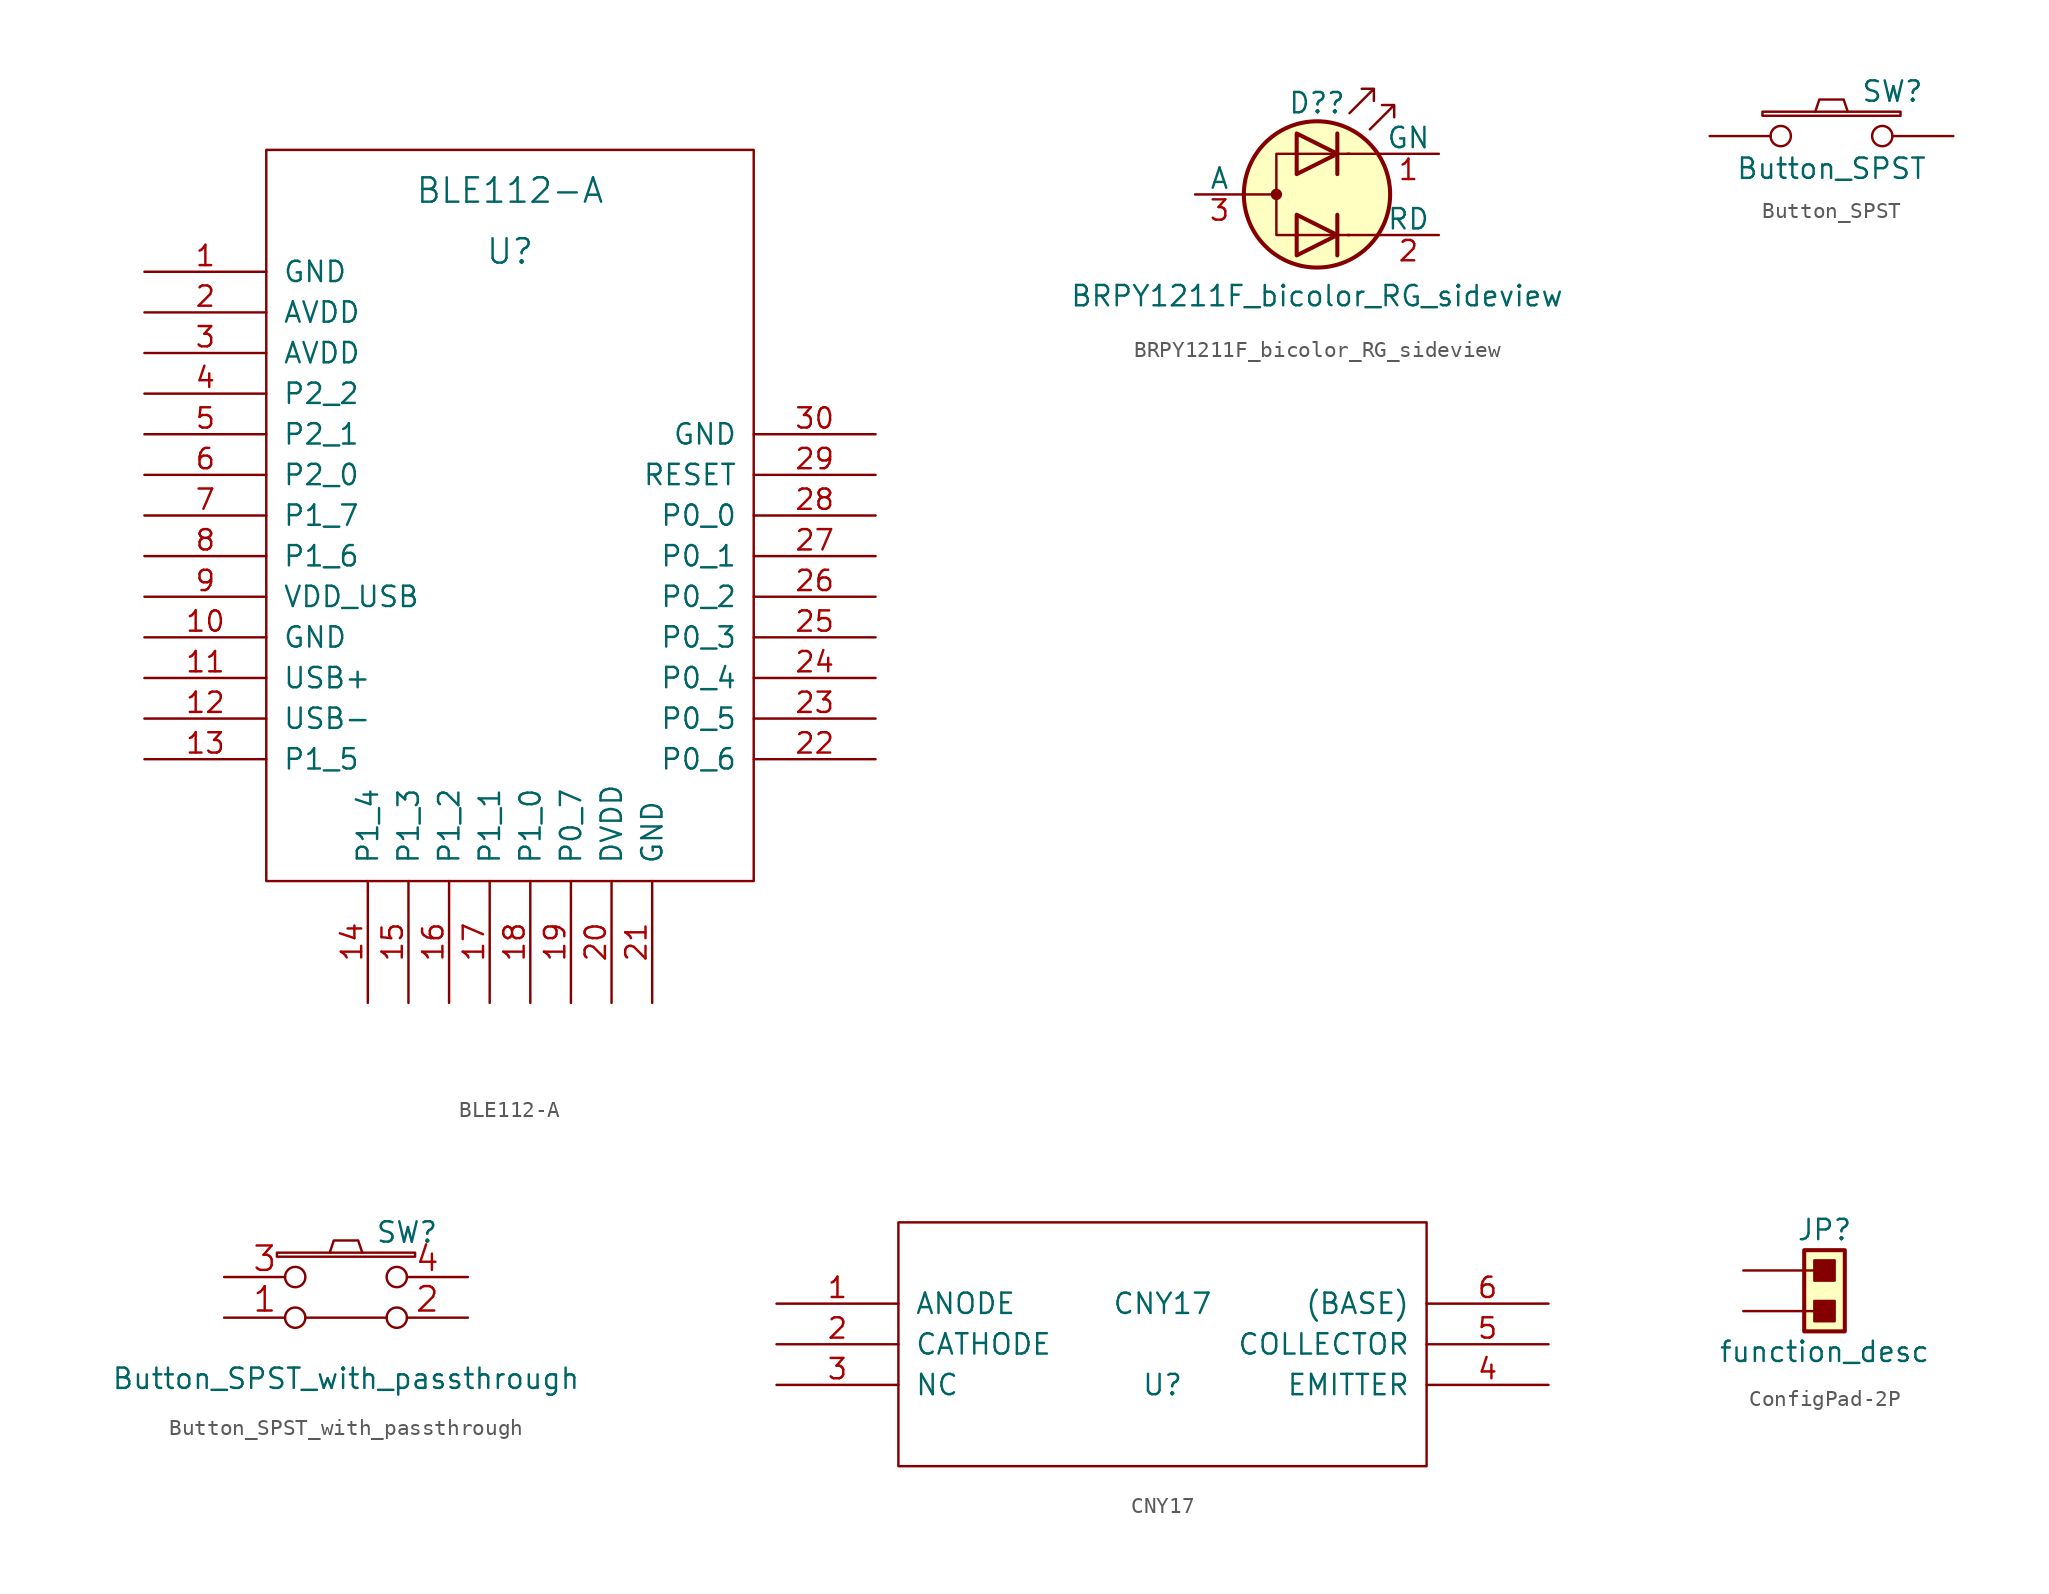
<source format=kicad_sym>
(kicad_symbol_lib
  (version 20220914)
  (generator kicad_symbol_editor)
  (symbol "BLE112-A"
    (pin_names
      (offset 1.016))
    (property "Reference" "U"
      (at 0 17.78 0)
      (effects (font (size 1.524 1.524))))
    (property "Value" "BLE112-A"
      (at 0 21.59 0)
      (effects (font (size 1.524 1.524))))
    (symbol "BLE112-A_0_1"
      (rectangle (start -15.24 -21.59) (end 15.24 24.13) (stroke (width 0) (type default)) (fill (type none))))
    (symbol "BLE112-A_1_1"
      (pin input line (at -22.86 16.51 0) (length 7.62) (name "GND" (effects (font (size 1.27 1.27)))) (number "1" (effects (font (size 1.27 1.27)))))
      (pin input line (at -22.86 -6.35 0) (length 7.62) (name "GND" (effects (font (size 1.27 1.27)))) (number "10" (effects (font (size 1.27 1.27)))))
      (pin input line (at -22.86 -8.89 0) (length 7.62) (name "USB+" (effects (font (size 1.27 1.27)))) (number "11" (effects (font (size 1.27 1.27)))))
      (pin input line (at -22.86 -11.43 0) (length 7.62) (name "USB-" (effects (font (size 1.27 1.27)))) (number "12" (effects (font (size 1.27 1.27)))))
      (pin input line (at -22.86 -13.97 0) (length 7.62) (name "P1_5" (effects (font (size 1.27 1.27)))) (number "13" (effects (font (size 1.27 1.27)))))
      (pin input line (at -8.89 -29.21 90) (length 7.62) (name "P1_4" (effects (font (size 1.27 1.27)))) (number "14" (effects (font (size 1.27 1.27)))))
      (pin input line (at -6.35 -29.21 90) (length 7.62) (name "P1_3" (effects (font (size 1.27 1.27)))) (number "15" (effects (font (size 1.27 1.27)))))
      (pin input line (at -3.81 -29.21 90) (length 7.62) (name "P1_2" (effects (font (size 1.27 1.27)))) (number "16" (effects (font (size 1.27 1.27)))))
      (pin input line (at -1.27 -29.21 90) (length 7.62) (name "P1_1" (effects (font (size 1.27 1.27)))) (number "17" (effects (font (size 1.27 1.27)))))
      (pin input line (at 1.27 -29.21 90) (length 7.62) (name "P1_0" (effects (font (size 1.27 1.27)))) (number "18" (effects (font (size 1.27 1.27)))))
      (pin input line (at 3.81 -29.21 90) (length 7.62) (name "P0_7" (effects (font (size 1.27 1.27)))) (number "19" (effects (font (size 1.27 1.27)))))
      (pin input line (at -22.86 13.97 0) (length 7.62) (name "AVDD" (effects (font (size 1.27 1.27)))) (number "2" (effects (font (size 1.27 1.27)))))
      (pin input line (at 6.35 -29.21 90) (length 7.62) (name "DVDD" (effects (font (size 1.27 1.27)))) (number "20" (effects (font (size 1.27 1.27)))))
      (pin input line (at 8.89 -29.21 90) (length 7.62) (name "GND" (effects (font (size 1.27 1.27)))) (number "21" (effects (font (size 1.27 1.27)))))
      (pin input line (at 22.86 -13.97 180) (length 7.62) (name "P0_6" (effects (font (size 1.27 1.27)))) (number "22" (effects (font (size 1.27 1.27)))))
      (pin input line (at 22.86 -11.43 180) (length 7.62) (name "P0_5" (effects (font (size 1.27 1.27)))) (number "23" (effects (font (size 1.27 1.27)))))
      (pin input line (at 22.86 -8.89 180) (length 7.62) (name "P0_4" (effects (font (size 1.27 1.27)))) (number "24" (effects (font (size 1.27 1.27)))))
      (pin input line (at 22.86 -6.35 180) (length 7.62) (name "P0_3" (effects (font (size 1.27 1.27)))) (number "25" (effects (font (size 1.27 1.27)))))
      (pin input line (at 22.86 -3.81 180) (length 7.62) (name "P0_2" (effects (font (size 1.27 1.27)))) (number "26" (effects (font (size 1.27 1.27)))))
      (pin input line (at 22.86 -1.27 180) (length 7.62) (name "P0_1" (effects (font (size 1.27 1.27)))) (number "27" (effects (font (size 1.27 1.27)))))
      (pin input line (at 22.86 1.27 180) (length 7.62) (name "P0_0" (effects (font (size 1.27 1.27)))) (number "28" (effects (font (size 1.27 1.27)))))
      (pin input line (at 22.86 3.81 180) (length 7.62) (name "RESET" (effects (font (size 1.27 1.27)))) (number "29" (effects (font (size 1.27 1.27)))))
      (pin input line (at -22.86 11.43 0) (length 7.62) (name "AVDD" (effects (font (size 1.27 1.27)))) (number "3" (effects (font (size 1.27 1.27)))))
      (pin input line (at 22.86 6.35 180) (length 7.62) (name "GND" (effects (font (size 1.27 1.27)))) (number "30" (effects (font (size 1.27 1.27)))))
      (pin input line (at -22.86 8.89 0) (length 7.62) (name "P2_2" (effects (font (size 1.27 1.27)))) (number "4" (effects (font (size 1.27 1.27)))))
      (pin input line (at -22.86 6.35 0) (length 7.62) (name "P2_1" (effects (font (size 1.27 1.27)))) (number "5" (effects (font (size 1.27 1.27)))))
      (pin input line (at -22.86 3.81 0) (length 7.62) (name "P2_0" (effects (font (size 1.27 1.27)))) (number "6" (effects (font (size 1.27 1.27)))))
      (pin input line (at -22.86 1.27 0) (length 7.62) (name "P1_7" (effects (font (size 1.27 1.27)))) (number "7" (effects (font (size 1.27 1.27)))))
      (pin input line (at -22.86 -1.27 0) (length 7.62) (name "P1_6" (effects (font (size 1.27 1.27)))) (number "8" (effects (font (size 1.27 1.27)))))
      (pin input line (at -22.86 -3.81 0) (length 7.62) (name "VDD_USB" (effects (font (size 1.27 1.27)))) (number "9" (effects (font (size 1.27 1.27)))))))
  (symbol "BRPY1211F_bicolor_RG_sideview"
    (pin_names
      (offset 0))
    (property "Reference" "D?"
      (at 0 5.715 0)
      (effects (font (size 1.27 1.27))))
    (property "Value" "BRPY1211F_bicolor_RG_sideview"
      (at 0 -6.35 0)
      (effects (font (size 1.27 1.27))))
    (symbol "BRPY1211F_bicolor_RG_sideview_0_1"
      (circle (center -2.54 0) (radius 0.279) (stroke (width 0) (type default)) (fill (type outline)))
      (polyline (pts (xy -4.572 0) (xy -2.54 0)) (stroke (width 0) (type default)) (fill (type none)))
      (polyline (pts (xy 1.27 -1.27) (xy 1.27 -3.81)) (stroke (width 0.254) (type default)) (fill (type none)))
      (polyline (pts (xy 1.27 3.81) (xy 1.27 1.27)) (stroke (width 0.254) (type default)) (fill (type none)))
      (polyline (pts (xy 3.81 -2.54) (xy 1.905 -2.54)) (stroke (width 0) (type default)) (fill (type none)))
      (polyline (pts (xy 3.81 2.54) (xy 1.905 2.54)) (stroke (width 0) (type default)) (fill (type none)))
      (polyline (pts (xy -1.27 -1.27) (xy -1.27 -3.81) (xy 1.27 -2.54) (xy -1.27 -1.27)) (stroke (width 0.254) (type default)) (fill (type none)))
      (polyline (pts (xy -1.27 3.81) (xy -1.27 1.27) (xy 1.27 2.54) (xy -1.27 3.81)) (stroke (width 0.254) (type default)) (fill (type none)))
      (polyline (pts (xy 2.032 2.54) (xy -2.54 2.54) (xy -2.54 -2.54) (xy 2.032 -2.54)) (stroke (width 0) (type default)) (fill (type none)))
      (polyline (pts (xy 2.032 5.08) (xy 3.556 6.604) (xy 2.794 6.604) (xy 3.556 6.604) (xy 3.556 5.842)) (stroke (width 0) (type default)) (fill (type none)))
      (polyline (pts (xy 3.302 4.064) (xy 4.826 5.588) (xy 4.064 5.588) (xy 4.826 5.588) (xy 4.826 4.826)) (stroke (width 0) (type default)) (fill (type none)))
      (circle (center 0 0) (radius 4.572) (stroke (width 0.254) (type default)) (fill (type background))))
    (symbol "BRPY1211F_bicolor_RG_sideview_1_1"
      (pin input line (at 7.62 2.54 180) (length 3.81) (name "GN" (effects (font (size 1.27 1.27)))) (number "1" (effects (font (size 1.27 1.27)))))
      (pin input line (at 7.62 -2.54 180) (length 3.81) (name "RD" (effects (font (size 1.27 1.27)))) (number "2" (effects (font (size 1.27 1.27)))))
      (pin input line (at -7.62 0 0) (length 3.048) (name "A" (effects (font (size 1.27 1.27)))) (number "3" (effects (font (size 1.27 1.27)))))))
  (symbol "Button_SPST"
    (pin_numbers hide)
    (pin_names
      (offset 1.016) hide)
    (property "Reference" "SW"
      (at 3.81 2.794 0)
      (effects (font (size 1.27 1.27))))
    (property "Value" "Button_SPST"
      (at 0 -2.032 0)
      (effects (font (size 1.27 1.27))))
    (symbol "Button_SPST_0_1"
      (rectangle (start -4.318 1.27) (end 4.318 1.524) (stroke (width 0) (type default)) (fill (type none)))
      (polyline (pts (xy -1.016 1.524) (xy -0.762 2.286) (xy 0.762 2.286) (xy 1.016 1.524)) (stroke (width 0) (type default)) (fill (type none)))
      (pin passive inverted (at -7.62 0 0) (length 5.08) (name "1" (effects (font (size 1.524 1.524)))) (number "1" (effects (font (size 1.524 1.524)))))
      (pin passive inverted (at 7.62 0 180) (length 5.08) (name "2" (effects (font (size 1.524 1.524)))) (number "2" (effects (font (size 1.524 1.524)))))))
  (symbol "Button_SPST_with_passthrough"
    (pin_names
      (offset 1.016) hide)
    (property "Reference" "SW"
      (at 3.81 2.794 0)
      (effects (font (size 1.27 1.27))))
    (property "Value" "Button_SPST_with_passthrough"
      (at 0 -6.35 0)
      (effects (font (size 1.27 1.27))))
    (symbol "Button_SPST_with_passthrough_0_1"
      (rectangle (start -4.318 1.27) (end 4.318 1.524) (stroke (width 0) (type default)) (fill (type none)))
      (polyline (pts (xy -2.54 -2.54) (xy 2.54 -2.54)) (stroke (width 0.152) (type default)) (fill (type none)))
      (polyline (pts (xy -1.016 1.524) (xy -0.762 2.286) (xy 0.762 2.286) (xy 1.016 1.524)) (stroke (width 0) (type default)) (fill (type none)))
      (pin passive inverted (at -7.62 -2.54 0) (length 5.08) (name "1" (effects (font (size 1.524 1.524)))) (number "1" (effects (font (size 1.524 1.524)))))
      (pin passive inverted (at 7.62 -2.54 180) (length 5.08) (name "2" (effects (font (size 1.524 1.524)))) (number "2" (effects (font (size 1.524 1.524)))))
      (pin passive inverted (at -7.62 0 0) (length 5.08) (name "3" (effects (font (size 1.524 1.524)))) (number "3" (effects (font (size 1.524 1.524)))))
      (pin passive inverted (at 7.62 0 180) (length 5.08) (name "4" (effects (font (size 1.524 1.524)))) (number "4" (effects (font (size 1.524 1.524)))))))
  (symbol "CNY17"
    (pin_names
      (offset 1.016))
    (property "Reference" "U"
      (at 0 -2.54 0)
      (effects (font (size 1.27 1.27))))
    (property "Value" "CNY17"
      (at 0 2.54 0)
      (effects (font (size 1.27 1.27))))
    (symbol "CNY17_1_0"
      (rectangle (start -16.51 -7.62) (end 16.51 7.62) (stroke (width 0) (type default)) (fill (type none))))
    (symbol "CNY17_1_1"
      (pin input line (at -24.13 2.54 0) (length 7.62) (name "ANODE" (effects (font (size 1.27 1.27)))) (number "1" (effects (font (size 1.27 1.27)))))
      (pin input line (at -24.13 0 0) (length 7.62) (name "CATHODE" (effects (font (size 1.27 1.27)))) (number "2" (effects (font (size 1.27 1.27)))))
      (pin unspecified line (at -24.13 -2.54 0) (length 7.62) (name "NC" (effects (font (size 1.27 1.27)))) (number "3" (effects (font (size 1.27 1.27)))))
      (pin bidirectional line (at 24.13 -2.54 180) (length 7.62) (name "EMITTER" (effects (font (size 1.27 1.27)))) (number "4" (effects (font (size 1.27 1.27)))))
      (pin bidirectional line (at 24.13 0 180) (length 7.62) (name "COLLECTOR" (effects (font (size 1.27 1.27)))) (number "5" (effects (font (size 1.27 1.27)))))
      (pin input line (at 24.13 2.54 180) (length 7.62) (name "(BASE)" (effects (font (size 1.27 1.27)))) (number "6" (effects (font (size 1.27 1.27)))))))
  (symbol "ConfigPad-2P"
    (pin_numbers hide)
    (pin_names
      (offset 1.016) hide)
    (property "Reference" "JP"
      (at 0 2.54 0)
      (effects (font (size 1.27 1.27))))
    (property "Value" "function_desc"
      (at 0 -5.08 0)
      (effects (font (size 1.27 1.27))))
    (symbol "ConfigPad-2P_0_1"
      (rectangle (start -1.27 -3.81) (end -1.27 -3.81) (stroke (width 0) (type default)) (fill (type none))))
    (symbol "ConfigPad-2P_1_1"
      (rectangle (start -1.27 1.27) (end 1.27 -3.81) (stroke (width 0.254) (type default)) (fill (type background)))
      (rectangle (start -0.635 -1.905) (end 0.635 -3.175) (stroke (width 0) (type default)) (fill (type outline)))
      (rectangle (start -0.635 0.635) (end 0.635 -0.635) (stroke (width 0) (type default)) (fill (type outline)))
      (polyline (pts (xy -1.27 -2.54) (xy -0.635 -2.54)) (stroke (width 0) (type default)) (fill (type none)))
      (polyline (pts (xy -1.27 0) (xy -0.635 0)) (stroke (width 0) (type default)) (fill (type none)))
      (pin passive line (at -5.08 0 0) (length 3.81) (name "Pin_1" (effects (font (size 1.27 1.27)))) (number "1" (effects (font (size 1.27 1.27)))))
      (pin passive line (at -5.08 -2.54 0) (length 3.81) (name "Pin_2" (effects (font (size 1.27 1.27)))) (number "2" (effects (font (size 1.27 1.27))))))))
</source>
